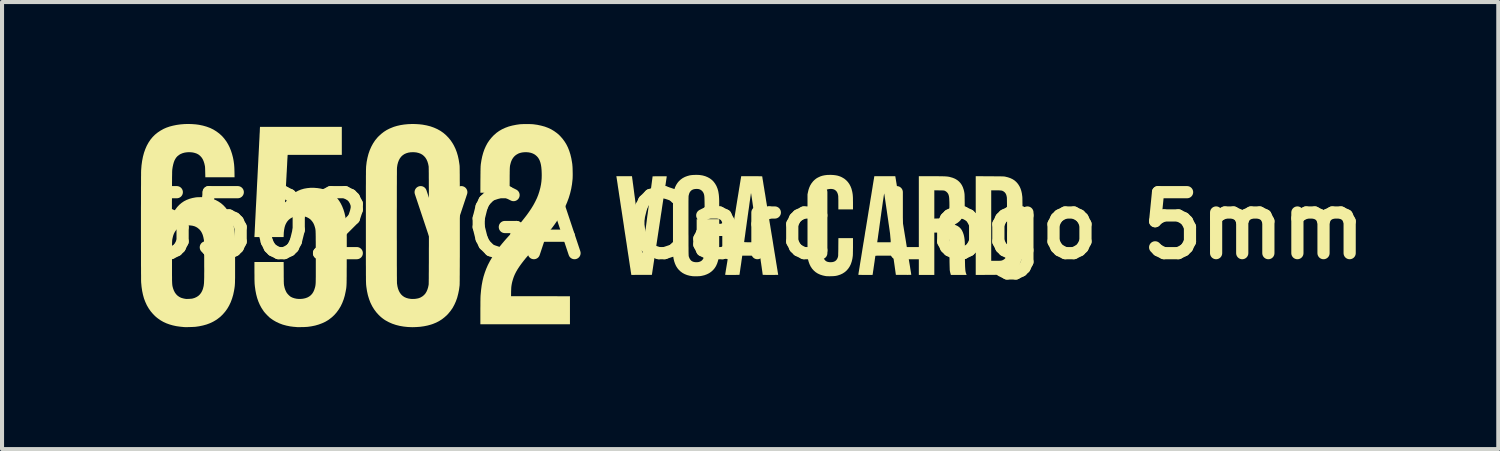
<source format=kicad_pcb>
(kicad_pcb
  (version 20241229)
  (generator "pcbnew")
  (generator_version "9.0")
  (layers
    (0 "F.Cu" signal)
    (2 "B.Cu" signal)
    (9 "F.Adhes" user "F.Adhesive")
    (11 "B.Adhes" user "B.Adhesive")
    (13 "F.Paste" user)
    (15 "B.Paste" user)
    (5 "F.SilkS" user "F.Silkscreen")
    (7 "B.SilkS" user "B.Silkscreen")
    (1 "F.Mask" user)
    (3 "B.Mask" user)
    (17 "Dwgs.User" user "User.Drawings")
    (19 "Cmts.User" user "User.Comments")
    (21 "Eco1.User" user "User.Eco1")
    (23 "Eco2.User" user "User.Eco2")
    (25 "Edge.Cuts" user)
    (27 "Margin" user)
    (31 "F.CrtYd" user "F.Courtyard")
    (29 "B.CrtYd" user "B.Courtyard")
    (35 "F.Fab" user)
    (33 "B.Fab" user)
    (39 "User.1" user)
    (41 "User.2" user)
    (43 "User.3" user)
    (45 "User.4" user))
  (footprint "6502 VGA Card Logo 5mm"
    (layer "F.Cu")
    (at 15.407 2.5)
    (property "Reference" "6502 VGA Card Logo 5mm" (at 0 0 0) (layer "F.SilkS") (effects (font (size 1.5 1.5) (thickness 0.3))))
    (attr board_only exclude_from_pos_files exclude_from_bom)
    (fp_poly (pts (xy -2.905 -1.196) (xy -2.904 -1.19) (xy -2.903 -1.176) (xy -2.9 -1.155) (xy -2.896 -1.126) (xy -2.891 -1.091) (xy -2.886 -1.049) (xy -2.879 -1.001) (xy -2.872 -0.947) (xy -2.864 -0.888) (xy -2.856 -0.824) (xy -2.847 -0.756) (xy -2.837 -0.684) (xy -2.827 -0.608) (xy -2.817 -0.528) (xy -2.806 -0.446) (xy -2.795 -0.361) (xy -2.783 -0.274) (xy -2.782 -0.26) (xy -2.77 -0.173) (xy -2.759 -0.088) (xy -2.748 -0.005) (xy -2.737 0.074) (xy -2.727 0.15) (xy -2.717 0.223) (xy -2.708 0.291) (xy -2.7 0.355) (xy -2.692 0.415) (xy -2.685 0.468) (xy -2.678 0.517) (xy -2.672 0.559) (xy -2.667 0.595) (xy -2.663 0.624) (xy -2.66 0.645) (xy -2.658 0.66) (xy -2.657 0.666) (xy -2.657 0.666) (xy -2.654 0.672) (xy -2.651 0.669) (xy -2.651 0.668) (xy -2.65 0.664) (xy -2.648 0.651) (xy -2.646 0.631) (xy -2.642 0.603) (xy -2.637 0.568) (xy -2.631 0.527) (xy -2.625 0.48) (xy -2.618 0.428) (xy -2.61 0.369) (xy -2.602 0.306) (xy -2.593 0.238) (xy -2.583 0.166) (xy -2.573 0.091) (xy -2.562 0.011) (xy -2.551 -0.071) (xy -2.54 -0.156) (xy -2.529 -0.244) (xy -2.524 -0.275) (xy -2.4 -1.212) (xy -2.226 -1.213) (xy -2.181 -1.213) (xy -2.145 -1.213) (xy -2.115 -1.213) (xy -2.092 -1.213) (xy -2.075 -1.213) (xy -2.063 -1.212) (xy -2.056 -1.211) (xy -2.052 -1.21) (xy -2.052 -1.209) (xy -2.053 -1.204) (xy -2.054 -1.192) (xy -2.058 -1.171) (xy -2.062 -1.144) (xy -2.067 -1.109) (xy -2.073 -1.068) (xy -2.08 -1.02) (xy -2.088 -0.966) (xy -2.097 -0.906) (xy -2.107 -0.841) (xy -2.118 -0.771) (xy -2.129 -0.697) (xy -2.141 -0.618) (xy -2.154 -0.534) (xy -2.167 -0.448) (xy -2.18 -0.357) (xy -2.195 -0.264) (xy -2.209 -0.168) (xy -2.224 -0.069) (xy -2.235 0.004) (xy -2.418 1.212) (xy -2.671 1.213) (xy -2.923 1.214) (xy -2.925 1.205) (xy -2.926 1.2) (xy -2.928 1.187) (xy -2.931 1.166) (xy -2.936 1.138) (xy -2.941 1.103) (xy -2.947 1.061) (xy -2.955 1.013) (xy -2.963 0.959) (xy -2.972 0.899) (xy -2.982 0.834) (xy -2.992 0.764) (xy -3.004 0.689) (xy -3.016 0.61) (xy -3.028 0.527) (xy -3.041 0.44) (xy -3.055 0.35) (xy -3.069 0.257) (xy -3.084 0.161) (xy -3.099 0.063) (xy -3.107 0.004) (xy -3.122 -0.095) (xy -3.137 -0.193) (xy -3.151 -0.287) (xy -3.165 -0.379) (xy -3.179 -0.468) (xy -3.192 -0.554) (xy -3.204 -0.636) (xy -3.216 -0.713) (xy -3.227 -0.786) (xy -3.237 -0.855) (xy -3.247 -0.918) (xy -3.256 -0.976) (xy -3.263 -1.028) (xy -3.27 -1.073) (xy -3.276 -1.113) (xy -3.281 -1.145) (xy -3.285 -1.171) (xy -3.288 -1.188) (xy -3.289 -1.198) (xy -3.29 -1.2) (xy -3.292 -1.214) (xy -3.1 -1.214) (xy -2.908 -1.214)) (stroke (width 0) (type solid)) (fill yes) (layer "F.SilkS"))
    (fp_poly (pts (xy 5.894 -1.213) (xy 5.957 -1.213) (xy 6.013 -1.212) (xy 6.061 -1.212) (xy 6.102 -1.212) (xy 6.137 -1.211) (xy 6.167 -1.211) (xy 6.192 -1.21) (xy 6.212 -1.21) (xy 6.229 -1.209) (xy 6.243 -1.208) (xy 6.254 -1.207) (xy 6.263 -1.206) (xy 6.271 -1.205) (xy 6.274 -1.204) (xy 6.341 -1.188) (xy 6.402 -1.167) (xy 6.457 -1.141) (xy 6.505 -1.11) (xy 6.547 -1.073) (xy 6.584 -1.031) (xy 6.601 -1.007) (xy 6.63 -0.959) (xy 6.653 -0.908) (xy 6.671 -0.853) (xy 6.685 -0.793) (xy 6.694 -0.726) (xy 6.697 -0.702) (xy 6.697 -0.691) (xy 6.698 -0.673) (xy 6.698 -0.646) (xy 6.699 -0.614) (xy 6.699 -0.575) (xy 6.7 -0.53) (xy 6.7 -0.48) (xy 6.7 -0.427) (xy 6.701 -0.369) (xy 6.701 -0.308) (xy 6.701 -0.244) (xy 6.701 -0.178) (xy 6.701 -0.111) (xy 6.701 -0.043) (xy 6.701 0.026) (xy 6.701 0.094) (xy 6.701 0.162) (xy 6.701 0.228) (xy 6.701 0.293) (xy 6.701 0.354) (xy 6.7 0.413) (xy 6.7 0.468) (xy 6.7 0.519) (xy 6.699 0.564) (xy 6.699 0.605) (xy 6.698 0.639) (xy 6.698 0.667) (xy 6.697 0.687) (xy 6.697 0.7) (xy 6.697 0.702) (xy 6.687 0.778) (xy 6.672 0.848) (xy 6.652 0.911) (xy 6.626 0.968) (xy 6.594 1.019) (xy 6.557 1.063) (xy 6.513 1.102) (xy 6.464 1.136) (xy 6.409 1.164) (xy 6.347 1.186) (xy 6.279 1.203) (xy 6.274 1.204) (xy 6.266 1.206) (xy 6.258 1.207) (xy 6.248 1.208) (xy 6.235 1.209) (xy 6.22 1.209) (xy 6.201 1.21) (xy 6.178 1.211) (xy 6.151 1.211) (xy 6.118 1.211) (xy 6.08 1.212) (xy 6.035 1.212) (xy 5.983 1.213) (xy 5.923 1.213) (xy 5.894 1.213) (xy 5.55 1.215) (xy 5.55 0) (xy 5.55 -0.867) (xy 5.931 -0.867) (xy 5.931 0) (xy 5.931 0.867) (xy 6.046 0.867) (xy 6.082 0.867) (xy 6.112 0.867) (xy 6.135 0.866) (xy 6.153 0.865) (xy 6.168 0.864) (xy 6.18 0.862) (xy 6.188 0.86) (xy 6.216 0.85) (xy 6.243 0.834) (xy 6.267 0.815) (xy 6.281 0.798) (xy 6.296 0.771) (xy 6.307 0.736) (xy 6.315 0.696) (xy 6.316 0.692) (xy 6.316 0.683) (xy 6.317 0.667) (xy 6.318 0.643) (xy 6.318 0.612) (xy 6.319 0.575) (xy 6.319 0.533) (xy 6.319 0.485) (xy 6.32 0.433) (xy 6.32 0.377) (xy 6.32 0.318) (xy 6.32 0.256) (xy 6.32 0.192) (xy 6.321 0.126) (xy 6.321 0.059) (xy 6.321 -0.008) (xy 6.321 -0.076) (xy 6.32 -0.143) (xy 6.32 -0.208) (xy 6.32 -0.272) (xy 6.32 -0.333) (xy 6.32 -0.392) (xy 6.319 -0.447) (xy 6.319 -0.498) (xy 6.319 -0.544) (xy 6.318 -0.585) (xy 6.318 -0.62) (xy 6.317 -0.649) (xy 6.317 -0.671) (xy 6.316 -0.686) (xy 6.316 -0.692) (xy 6.308 -0.733) (xy 6.297 -0.767) (xy 6.282 -0.795) (xy 6.263 -0.818) (xy 6.241 -0.836) (xy 6.228 -0.844) (xy 6.215 -0.851) (xy 6.202 -0.857) (xy 6.186 -0.861) (xy 6.168 -0.863) (xy 6.145 -0.865) (xy 6.117 -0.867) (xy 6.083 -0.867) (xy 6.046 -0.867) (xy 5.931 -0.867) (xy 5.55 -0.867) (xy 5.55 -1.215)) (stroke (width 0) (type solid)) (fill yes) (layer "F.SilkS"))
    (fp_poly (pts (xy 1.993 -1.247) (xy 2.049 -1.244) (xy 2.099 -1.238) (xy 2.144 -1.23) (xy 2.185 -1.218) (xy 2.226 -1.203) (xy 2.261 -1.186) (xy 2.314 -1.155) (xy 2.361 -1.117) (xy 2.403 -1.073) (xy 2.439 -1.023) (xy 2.469 -0.967) (xy 2.493 -0.906) (xy 2.51 -0.839) (xy 2.513 -0.827) (xy 2.517 -0.803) (xy 2.521 -0.779) (xy 2.524 -0.755) (xy 2.526 -0.728) (xy 2.528 -0.698) (xy 2.529 -0.664) (xy 2.529 -0.625) (xy 2.53 -0.579) (xy 2.53 -0.547) (xy 2.53 -0.398) (xy 2.35 -0.398) (xy 2.17 -0.398) (xy 2.17 -0.551) (xy 2.17 -0.588) (xy 2.17 -0.623) (xy 2.169 -0.655) (xy 2.168 -0.684) (xy 2.168 -0.708) (xy 2.167 -0.725) (xy 2.166 -0.734) (xy 2.157 -0.776) (xy 2.143 -0.812) (xy 2.125 -0.841) (xy 2.118 -0.849) (xy 2.095 -0.87) (xy 2.069 -0.886) (xy 2.039 -0.896) (xy 2.004 -0.901) (xy 1.977 -0.902) (xy 1.934 -0.898) (xy 1.897 -0.889) (xy 1.865 -0.873) (xy 1.84 -0.851) (xy 1.819 -0.823) (xy 1.809 -0.801) (xy 1.806 -0.794) (xy 1.804 -0.788) (xy 1.802 -0.782) (xy 1.8 -0.776) (xy 1.798 -0.769) (xy 1.796 -0.76) (xy 1.795 -0.751) (xy 1.793 -0.739) (xy 1.792 -0.725) (xy 1.791 -0.709) (xy 1.79 -0.689) (xy 1.79 -0.666) (xy 1.789 -0.639) (xy 1.789 -0.608) (xy 1.788 -0.573) (xy 1.788 -0.532) (xy 1.788 -0.486) (xy 1.788 -0.434) (xy 1.788 -0.376) (xy 1.787 -0.312) (xy 1.787 -0.24) (xy 1.787 -0.161) (xy 1.787 -0.075) (xy 1.787 0.006) (xy 1.787 0.098) (xy 1.787 0.182) (xy 1.787 0.258) (xy 1.787 0.327) (xy 1.788 0.389) (xy 1.788 0.445) (xy 1.788 0.494) (xy 1.788 0.538) (xy 1.788 0.576) (xy 1.788 0.609) (xy 1.789 0.638) (xy 1.789 0.662) (xy 1.789 0.683) (xy 1.79 0.7) (xy 1.79 0.715) (xy 1.791 0.726) (xy 1.791 0.736) (xy 1.792 0.743) (xy 1.793 0.749) (xy 1.794 0.754) (xy 1.795 0.758) (xy 1.795 0.759) (xy 1.808 0.8) (xy 1.826 0.833) (xy 1.848 0.86) (xy 1.875 0.88) (xy 1.907 0.893) (xy 1.945 0.9) (xy 1.977 0.902) (xy 2.02 0.899) (xy 2.058 0.89) (xy 2.09 0.875) (xy 2.116 0.853) (xy 2.138 0.825) (xy 2.154 0.79) (xy 2.162 0.764) (xy 2.163 0.755) (xy 2.165 0.742) (xy 2.166 0.723) (xy 2.166 0.697) (xy 2.167 0.665) (xy 2.168 0.626) (xy 2.169 0.58) (xy 2.169 0.526) (xy 2.171 0.309) (xy 2.35 0.309) (xy 2.53 0.309) (xy 2.53 0.503) (xy 2.53 0.545) (xy 2.529 0.585) (xy 2.529 0.623) (xy 2.528 0.658) (xy 2.528 0.689) (xy 2.527 0.714) (xy 2.526 0.733) (xy 2.526 0.741) (xy 2.515 0.817) (xy 2.498 0.887) (xy 2.476 0.951) (xy 2.447 1.009) (xy 2.413 1.06) (xy 2.373 1.106) (xy 2.328 1.145) (xy 2.276 1.179) (xy 2.219 1.206) (xy 2.156 1.227) (xy 2.117 1.236) (xy 2.092 1.24) (xy 2.061 1.243) (xy 2.026 1.245) (xy 1.988 1.246) (xy 1.95 1.247) (xy 1.914 1.246) (xy 1.882 1.245) (xy 1.855 1.242) (xy 1.853 1.242) (xy 1.785 1.227) (xy 1.722 1.207) (xy 1.664 1.18) (xy 1.612 1.147) (xy 1.566 1.107) (xy 1.525 1.062) (xy 1.49 1.01) (xy 1.462 0.953) (xy 1.445 0.907) (xy 1.437 0.883) (xy 1.43 0.856) (xy 1.423 0.828) (xy 1.421 0.816) (xy 1.411 0.768) (xy 1.411 0) (xy 1.411 -0.768) (xy 1.421 -0.816) (xy 1.436 -0.881) (xy 1.456 -0.939) (xy 1.48 -0.992) (xy 1.509 -1.039) (xy 1.543 -1.082) (xy 1.553 -1.094) (xy 1.588 -1.127) (xy 1.622 -1.155) (xy 1.66 -1.178) (xy 1.682 -1.189) (xy 1.73 -1.211) (xy 1.781 -1.227) (xy 1.835 -1.238) (xy 1.892 -1.245) (xy 1.956 -1.247)) (stroke (width 0) (type solid)) (fill yes) (layer "F.SilkS"))
    (fp_poly (pts (xy 4.53 -1.214) (xy 4.588 -1.214) (xy 4.639 -1.214) (xy 4.684 -1.213) (xy 4.722 -1.213) (xy 4.756 -1.212) (xy 4.785 -1.211) (xy 4.81 -1.21) (xy 4.832 -1.208) (xy 4.852 -1.206) (xy 4.87 -1.204) (xy 4.886 -1.201) (xy 4.902 -1.198) (xy 4.918 -1.194) (xy 4.922 -1.193) (xy 4.985 -1.175) (xy 5.042 -1.151) (xy 5.092 -1.121) (xy 5.137 -1.085) (xy 5.175 -1.044) (xy 5.207 -0.997) (xy 5.233 -0.944) (xy 5.253 -0.885) (xy 5.257 -0.871) (xy 5.261 -0.853) (xy 5.265 -0.836) (xy 5.268 -0.819) (xy 5.271 -0.803) (xy 5.273 -0.786) (xy 5.275 -0.766) (xy 5.276 -0.743) (xy 5.277 -0.716) (xy 5.277 -0.683) (xy 5.278 -0.643) (xy 5.278 -0.606) (xy 5.279 -0.561) (xy 5.279 -0.523) (xy 5.279 -0.492) (xy 5.279 -0.466) (xy 5.279 -0.445) (xy 5.278 -0.427) (xy 5.277 -0.411) (xy 5.275 -0.397) (xy 5.273 -0.384) (xy 5.265 -0.337) (xy 5.256 -0.295) (xy 5.244 -0.258) (xy 5.234 -0.233) (xy 5.209 -0.182) (xy 5.18 -0.138) (xy 5.145 -0.101) (xy 5.104 -0.068) (xy 5.065 -0.044) (xy 5.051 -0.036) (xy 5.04 -0.029) (xy 5.034 -0.025) (xy 5.034 -0.024) (xy 5.037 -0.021) (xy 5.047 -0.015) (xy 5.061 -0.009) (xy 5.067 -0.007) (xy 5.111 0.015) (xy 5.149 0.043) (xy 5.182 0.077) (xy 5.21 0.117) (xy 5.233 0.165) (xy 5.252 0.219) (xy 5.261 0.254) (xy 5.265 0.274) (xy 5.269 0.294) (xy 5.272 0.315) (xy 5.275 0.336) (xy 5.277 0.359) (xy 5.279 0.384) (xy 5.281 0.413) (xy 5.282 0.446) (xy 5.283 0.483) (xy 5.283 0.526) (xy 5.284 0.576) (xy 5.284 0.633) (xy 5.284 0.682) (xy 5.284 0.754) (xy 5.284 0.817) (xy 5.285 0.874) (xy 5.286 0.923) (xy 5.287 0.967) (xy 5.288 1.005) (xy 5.29 1.038) (xy 5.292 1.067) (xy 5.294 1.093) (xy 5.297 1.115) (xy 5.3 1.134) (xy 5.304 1.151) (xy 5.309 1.168) (xy 5.314 1.183) (xy 5.316 1.187) (xy 5.326 1.214) (xy 5.132 1.214) (xy 4.938 1.214) (xy 4.934 1.198) (xy 4.923 1.158) (xy 4.915 1.122) (xy 4.911 1.096) (xy 4.91 1.085) (xy 4.91 1.067) (xy 4.909 1.041) (xy 4.908 1.009) (xy 4.907 0.971) (xy 4.906 0.927) (xy 4.905 0.879) (xy 4.905 0.826) (xy 4.904 0.769) (xy 4.903 0.713) (xy 4.903 0.65) (xy 4.902 0.596) (xy 4.902 0.549) (xy 4.901 0.508) (xy 4.901 0.474) (xy 4.9 0.445) (xy 4.9 0.42) (xy 4.899 0.401) (xy 4.898 0.384) (xy 4.898 0.371) (xy 4.897 0.361) (xy 4.896 0.352) (xy 4.894 0.345) (xy 4.893 0.338) (xy 4.891 0.332) (xy 4.891 0.331) (xy 4.878 0.291) (xy 4.862 0.257) (xy 4.841 0.231) (xy 4.816 0.21) (xy 4.796 0.198) (xy 4.776 0.19) (xy 4.756 0.184) (xy 4.733 0.179) (xy 4.707 0.176) (xy 4.676 0.174) (xy 4.638 0.174) (xy 4.617 0.173) (xy 4.531 0.173) (xy 4.531 0.694) (xy 4.531 1.214) (xy 4.341 1.214) (xy 4.15 1.214) (xy 4.15 0) (xy 4.15 -0.868) (xy 4.531 -0.868) (xy 4.531 -0.52) (xy 4.531 -0.172) (xy 4.633 -0.175) (xy 4.668 -0.175) (xy 4.696 -0.176) (xy 4.717 -0.177) (xy 4.734 -0.179) (xy 4.747 -0.181) (xy 4.757 -0.183) (xy 4.759 -0.184) (xy 4.788 -0.194) (xy 4.811 -0.207) (xy 4.832 -0.223) (xy 4.834 -0.226) (xy 4.85 -0.242) (xy 4.864 -0.26) (xy 4.875 -0.281) (xy 4.884 -0.305) (xy 4.891 -0.334) (xy 4.896 -0.367) (xy 4.9 -0.405) (xy 4.902 -0.449) (xy 4.903 -0.501) (xy 4.902 -0.559) (xy 4.902 -0.573) (xy 4.9 -0.615) (xy 4.899 -0.649) (xy 4.897 -0.678) (xy 4.894 -0.702) (xy 4.891 -0.722) (xy 4.886 -0.741) (xy 4.881 -0.758) (xy 4.877 -0.768) (xy 4.864 -0.793) (xy 4.845 -0.816) (xy 4.822 -0.837) (xy 4.797 -0.852) (xy 4.791 -0.855) (xy 4.783 -0.858) (xy 4.776 -0.86) (xy 4.767 -0.862) (xy 4.757 -0.863) (xy 4.743 -0.864) (xy 4.725 -0.865) (xy 4.702 -0.866) (xy 4.672 -0.866) (xy 4.648 -0.866) (xy 4.531 -0.868) (xy 4.15 -0.868) (xy 4.15 -1.214) (xy 4.464 -1.214)) (stroke (width 0) (type solid)) (fill yes) (layer "F.SilkS"))
    (fp_poly (pts (xy 3.573 -1.205) (xy 3.573 -1.199) (xy 3.576 -1.186) (xy 3.579 -1.165) (xy 3.584 -1.137) (xy 3.589 -1.103) (xy 3.596 -1.062) (xy 3.604 -1.015) (xy 3.612 -0.962) (xy 3.622 -0.905) (xy 3.632 -0.843) (xy 3.643 -0.777) (xy 3.654 -0.706) (xy 3.666 -0.633) (xy 3.679 -0.556) (xy 3.691 -0.476) (xy 3.705 -0.395) (xy 3.718 -0.311) (xy 3.732 -0.226) (xy 3.746 -0.14) (xy 3.76 -0.053) (xy 3.774 0.034) (xy 3.788 0.121) (xy 3.802 0.207) (xy 3.816 0.292) (xy 3.83 0.376) (xy 3.843 0.459) (xy 3.856 0.539) (xy 3.869 0.616) (xy 3.881 0.691) (xy 3.892 0.762) (xy 3.903 0.829) (xy 3.913 0.892) (xy 3.923 0.951) (xy 3.932 1.005) (xy 3.939 1.053) (xy 3.946 1.095) (xy 3.952 1.132) (xy 3.957 1.161) (xy 3.96 1.184) (xy 3.963 1.199) (xy 3.964 1.207) (xy 3.964 1.207) (xy 3.963 1.209) (xy 3.961 1.21) (xy 3.957 1.211) (xy 3.949 1.212) (xy 3.937 1.213) (xy 3.921 1.213) (xy 3.9 1.213) (xy 3.873 1.214) (xy 3.839 1.213) (xy 3.798 1.213) (xy 3.775 1.213) (xy 3.585 1.212) (xy 3.552 0.976) (xy 3.518 0.74) (xy 3.299 0.74) (xy 3.249 0.74) (xy 3.207 0.74) (xy 3.173 0.741) (xy 3.145 0.741) (xy 3.123 0.741) (xy 3.106 0.742) (xy 3.094 0.743) (xy 3.086 0.743) (xy 3.082 0.745) (xy 3.08 0.746) (xy 3.08 0.746) (xy 3.079 0.751) (xy 3.078 0.764) (xy 3.075 0.783) (xy 3.071 0.807) (xy 3.067 0.836) (xy 3.063 0.869) (xy 3.058 0.904) (xy 3.052 0.941) (xy 3.047 0.979) (xy 3.041 1.017) (xy 3.036 1.054) (xy 3.031 1.089) (xy 3.026 1.12) (xy 3.022 1.148) (xy 3.019 1.171) (xy 3.016 1.189) (xy 3.014 1.199) (xy 3.014 1.2) (xy 3.012 1.214) (xy 2.836 1.214) (xy 2.791 1.214) (xy 2.752 1.214) (xy 2.719 1.213) (xy 2.693 1.213) (xy 2.674 1.212) (xy 2.664 1.211) (xy 2.661 1.21) (xy 2.662 1.206) (xy 2.664 1.193) (xy 2.667 1.173) (xy 2.671 1.146) (xy 2.677 1.113) (xy 2.683 1.073) (xy 2.691 1.027) (xy 2.699 0.975) (xy 2.708 0.918) (xy 2.718 0.857) (xy 2.729 0.791) (xy 2.74 0.722) (xy 2.752 0.648) (xy 2.764 0.572) (xy 2.777 0.493) (xy 2.79 0.412) (xy 2.791 0.41) (xy 3.125 0.41) (xy 3.297 0.41) (xy 3.469 0.41) (xy 3.469 0.399) (xy 3.468 0.392) (xy 3.466 0.377) (xy 3.464 0.355) (xy 3.46 0.327) (xy 3.455 0.293) (xy 3.45 0.254) (xy 3.444 0.21) (xy 3.437 0.162) (xy 3.43 0.11) (xy 3.422 0.055) (xy 3.414 -0.002) (xy 3.405 -0.061) (xy 3.397 -0.121) (xy 3.388 -0.182) (xy 3.379 -0.243) (xy 3.37 -0.304) (xy 3.362 -0.363) (xy 3.353 -0.421) (xy 3.345 -0.477) (xy 3.337 -0.53) (xy 3.33 -0.58) (xy 3.323 -0.626) (xy 3.317 -0.667) (xy 3.311 -0.704) (xy 3.307 -0.734) (xy 3.303 -0.759) (xy 3.3 -0.777) (xy 3.298 -0.787) (xy 3.298 -0.79) (xy 3.296 -0.786) (xy 3.294 -0.774) (xy 3.291 -0.754) (xy 3.286 -0.726) (xy 3.281 -0.69) (xy 3.275 -0.647) (xy 3.267 -0.597) (xy 3.259 -0.54) (xy 3.25 -0.476) (xy 3.24 -0.406) (xy 3.229 -0.329) (xy 3.218 -0.246) (xy 3.211 -0.2) (xy 3.202 -0.13) (xy 3.192 -0.062) (xy 3.183 0.003) (xy 3.175 0.064) (xy 3.167 0.122) (xy 3.159 0.176) (xy 3.152 0.226) (xy 3.146 0.27) (xy 3.141 0.309) (xy 3.136 0.341) (xy 3.132 0.367) (xy 3.13 0.386) (xy 3.128 0.397) (xy 3.128 0.401) (xy 3.125 0.41) (xy 2.791 0.41) (xy 2.804 0.329) (xy 2.818 0.244) (xy 2.831 0.158) (xy 2.846 0.072) (xy 2.86 -0.015) (xy 2.874 -0.101) (xy 2.888 -0.187) (xy 2.902 -0.273) (xy 2.915 -0.356) (xy 2.929 -0.438) (xy 2.942 -0.518) (xy 2.954 -0.596) (xy 2.966 -0.67) (xy 2.978 -0.741) (xy 2.989 -0.809) (xy 2.999 -0.872) (xy 3.009 -0.931) (xy 3.017 -0.985) (xy 3.025 -1.033) (xy 3.032 -1.076) (xy 3.038 -1.112) (xy 3.043 -1.142) (xy 3.047 -1.165) (xy 3.049 -1.18) (xy 3.051 -1.188) (xy 3.055 -1.214) (xy 3.313 -1.214) (xy 3.57 -1.214)) (stroke (width 0) (type solid)) (fill yes) (layer "F.SilkS"))
    (fp_poly (pts (xy -1.268 -1.246) (xy -1.24 -1.244) (xy -1.17 -1.233) (xy -1.105 -1.215) (xy -1.045 -1.19) (xy -0.991 -1.16) (xy -0.942 -1.123) (xy -0.899 -1.08) (xy -0.862 -1.03) (xy -0.83 -0.975) (xy -0.805 -0.914) (xy -0.791 -0.868) (xy -0.783 -0.834) (xy -0.777 -0.797) (xy -0.771 -0.757) (xy -0.767 -0.713) (xy -0.764 -0.664) (xy -0.762 -0.609) (xy -0.762 -0.547) (xy -0.762 -0.526) (xy -0.761 -0.432) (xy -0.941 -0.432) (xy -1.12 -0.432) (xy -1.122 -0.576) (xy -1.123 -0.621) (xy -1.124 -0.657) (xy -1.125 -0.688) (xy -1.127 -0.713) (xy -1.129 -0.733) (xy -1.132 -0.751) (xy -1.135 -0.766) (xy -1.14 -0.78) (xy -1.145 -0.794) (xy -1.15 -0.806) (xy -1.169 -0.836) (xy -1.194 -0.862) (xy -1.224 -0.882) (xy -1.258 -0.896) (xy -1.264 -0.897) (xy -1.277 -0.899) (xy -1.296 -0.901) (xy -1.317 -0.902) (xy -1.324 -0.902) (xy -1.367 -0.898) (xy -1.404 -0.889) (xy -1.436 -0.873) (xy -1.463 -0.85) (xy -1.485 -0.821) (xy -1.501 -0.785) (xy -1.512 -0.742) (xy -1.515 -0.73) (xy -1.515 -0.723) (xy -1.516 -0.71) (xy -1.516 -0.692) (xy -1.517 -0.668) (xy -1.517 -0.638) (xy -1.518 -0.602) (xy -1.518 -0.559) (xy -1.518 -0.509) (xy -1.518 -0.452) (xy -1.518 -0.389) (xy -1.518 -0.317) (xy -1.518 -0.238) (xy -1.518 -0.151) (xy -1.518 -0.057) (xy -1.518 0.019) (xy -1.518 0.111) (xy -1.518 0.194) (xy -1.517 0.27) (xy -1.517 0.339) (xy -1.517 0.401) (xy -1.517 0.456) (xy -1.517 0.505) (xy -1.516 0.548) (xy -1.516 0.586) (xy -1.516 0.619) (xy -1.516 0.648) (xy -1.515 0.672) (xy -1.515 0.692) (xy -1.514 0.709) (xy -1.514 0.723) (xy -1.513 0.734) (xy -1.513 0.743) (xy -1.512 0.75) (xy -1.511 0.755) (xy -1.51 0.759) (xy -1.509 0.763) (xy -1.509 0.763) (xy -1.494 0.803) (xy -1.474 0.836) (xy -1.451 0.863) (xy -1.422 0.882) (xy -1.389 0.894) (xy -1.356 0.9) (xy -1.308 0.902) (xy -1.266 0.897) (xy -1.23 0.885) (xy -1.199 0.868) (xy -1.174 0.844) (xy -1.154 0.813) (xy -1.153 0.811) (xy -1.147 0.799) (xy -1.142 0.788) (xy -1.138 0.778) (xy -1.135 0.767) (xy -1.132 0.754) (xy -1.129 0.74) (xy -1.128 0.723) (xy -1.126 0.703) (xy -1.125 0.679) (xy -1.124 0.65) (xy -1.124 0.615) (xy -1.124 0.575) (xy -1.123 0.527) (xy -1.123 0.472) (xy -1.123 0.455) (xy -1.123 0.192) (xy -1.219 0.191) (xy -1.316 0.19) (xy -1.316 0.017) (xy -1.316 -0.157) (xy -1.039 -0.157) (xy -0.761 -0.157) (xy -0.762 0.232) (xy -0.762 0.31) (xy -0.762 0.381) (xy -0.762 0.445) (xy -0.762 0.501) (xy -0.763 0.552) (xy -0.764 0.597) (xy -0.764 0.636) (xy -0.766 0.671) (xy -0.767 0.702) (xy -0.769 0.729) (xy -0.771 0.753) (xy -0.773 0.775) (xy -0.776 0.794) (xy -0.779 0.813) (xy -0.782 0.831) (xy -0.786 0.848) (xy -0.791 0.865) (xy -0.791 0.868) (xy -0.812 0.933) (xy -0.839 0.993) (xy -0.872 1.046) (xy -0.911 1.093) (xy -0.956 1.134) (xy -1.007 1.17) (xy -1.063 1.198) (xy -1.124 1.221) (xy -1.191 1.237) (xy -1.235 1.244) (xy -1.251 1.245) (xy -1.273 1.246) (xy -1.299 1.247) (xy -1.327 1.247) (xy -1.355 1.247) (xy -1.381 1.247) (xy -1.403 1.246) (xy -1.418 1.245) (xy -1.419 1.245) (xy -1.489 1.234) (xy -1.553 1.217) (xy -1.611 1.194) (xy -1.663 1.166) (xy -1.711 1.131) (xy -1.753 1.092) (xy -1.791 1.046) (xy -1.823 0.995) (xy -1.849 0.938) (xy -1.87 0.876) (xy -1.886 0.807) (xy -1.895 0.739) (xy -1.896 0.729) (xy -1.896 0.71) (xy -1.897 0.683) (xy -1.897 0.648) (xy -1.898 0.605) (xy -1.898 0.555) (xy -1.899 0.496) (xy -1.899 0.43) (xy -1.899 0.357) (xy -1.899 0.276) (xy -1.899 0.188) (xy -1.899 0.093) (xy -1.899 0) (xy -1.899 -0.101) (xy -1.899 -0.196) (xy -1.899 -0.283) (xy -1.899 -0.364) (xy -1.899 -0.436) (xy -1.899 -0.502) (xy -1.898 -0.56) (xy -1.898 -0.61) (xy -1.897 -0.652) (xy -1.897 -0.686) (xy -1.896 -0.712) (xy -1.896 -0.73) (xy -1.895 -0.739) (xy -1.884 -0.814) (xy -1.868 -0.882) (xy -1.847 -0.944) (xy -1.82 -1) (xy -1.787 -1.051) (xy -1.753 -1.092) (xy -1.709 -1.133) (xy -1.66 -1.168) (xy -1.605 -1.197) (xy -1.546 -1.219) (xy -1.483 -1.236) (xy -1.455 -1.24) (xy -1.421 -1.244) (xy -1.383 -1.246) (xy -1.343 -1.247) (xy -1.304 -1.247)) (stroke (width 0) (type solid)) (fill yes) (layer "F.SilkS"))
    (fp_poly (pts (xy -5.46 -2.497) (xy -5.422 -2.497) (xy -5.388 -2.496) (xy -5.359 -2.494) (xy -5.339 -2.493) (xy -5.238 -2.479) (xy -5.144 -2.459) (xy -5.055 -2.435) (xy -4.972 -2.404) (xy -4.895 -2.368) (xy -4.824 -2.325) (xy -4.757 -2.277) (xy -4.695 -2.223) (xy -4.675 -2.203) (xy -4.619 -2.14) (xy -4.569 -2.073) (xy -4.524 -2.001) (xy -4.485 -1.924) (xy -4.452 -1.841) (xy -4.424 -1.753) (xy -4.401 -1.658) (xy -4.383 -1.557) (xy -4.376 -1.51) (xy -4.374 -1.483) (xy -4.371 -1.45) (xy -4.369 -1.411) (xy -4.368 -1.368) (xy -4.367 -1.324) (xy -4.366 -1.28) (xy -4.366 -1.237) (xy -4.367 -1.198) (xy -4.368 -1.164) (xy -4.37 -1.136) (xy -4.383 -1.019) (xy -4.403 -0.904) (xy -4.43 -0.791) (xy -4.464 -0.679) (xy -4.506 -0.567) (xy -4.554 -0.456) (xy -4.611 -0.345) (xy -4.675 -0.233) (xy -4.747 -0.121) (xy -4.817 -0.02) (xy -4.859 0.037) (xy -4.902 0.093) (xy -4.946 0.149) (xy -4.991 0.205) (xy -5.039 0.263) (xy -5.091 0.322) (xy -5.146 0.385) (xy -5.206 0.452) (xy -5.271 0.523) (xy -5.288 0.542) (xy -5.33 0.587) (xy -5.367 0.627) (xy -5.399 0.662) (xy -5.427 0.694) (xy -5.453 0.722) (xy -5.476 0.749) (xy -5.497 0.774) (xy -5.518 0.798) (xy -5.538 0.823) (xy -5.559 0.849) (xy -5.577 0.871) (xy -5.631 0.942) (xy -5.679 1.009) (xy -5.721 1.073) (xy -5.757 1.135) (xy -5.788 1.196) (xy -5.814 1.257) (xy -5.835 1.318) (xy -5.853 1.38) (xy -5.857 1.397) (xy -5.866 1.439) (xy -5.873 1.482) (xy -5.878 1.526) (xy -5.88 1.574) (xy -5.882 1.628) (xy -5.882 1.641) (xy -5.883 1.737) (xy -5.158 1.738) (xy -4.434 1.739) (xy -4.434 2.084) (xy -4.434 2.428) (xy -5.536 2.428) (xy -6.638 2.428) (xy -6.638 2.106) (xy -6.638 2.037) (xy -6.637 1.977) (xy -6.637 1.924) (xy -6.637 1.877) (xy -6.636 1.836) (xy -6.636 1.801) (xy -6.635 1.77) (xy -6.634 1.743) (xy -6.633 1.72) (xy -6.631 1.7) (xy -6.631 1.699) (xy -6.62 1.58) (xy -6.605 1.467) (xy -6.585 1.36) (xy -6.56 1.257) (xy -6.529 1.158) (xy -6.493 1.061) (xy -6.451 0.966) (xy -6.402 0.872) (xy -6.346 0.777) (xy -6.284 0.682) (xy -6.214 0.584) (xy -6.2 0.567) (xy -6.174 0.532) (xy -6.148 0.499) (xy -6.122 0.467) (xy -6.095 0.434) (xy -6.067 0.401) (xy -6.036 0.365) (xy -6.003 0.327) (xy -5.966 0.286) (xy -5.924 0.24) (xy -5.878 0.19) (xy -5.826 0.133) (xy -5.779 0.082) (xy -5.737 0.034) (xy -5.698 -0.01) (xy -5.662 -0.052) (xy -5.628 -0.092) (xy -5.596 -0.132) (xy -5.565 -0.171) (xy -5.533 -0.212) (xy -5.511 -0.24) (xy -5.445 -0.331) (xy -5.386 -0.418) (xy -5.334 -0.503) (xy -5.289 -0.587) (xy -5.249 -0.669) (xy -5.216 -0.75) (xy -5.189 -0.832) (xy -5.181 -0.861) (xy -5.161 -0.937) (xy -5.146 -1.011) (xy -5.136 -1.084) (xy -5.13 -1.159) (xy -5.128 -1.237) (xy -5.129 -1.292) (xy -5.132 -1.366) (xy -5.138 -1.433) (xy -5.147 -1.493) (xy -5.16 -1.547) (xy -5.176 -1.594) (xy -5.196 -1.636) (xy -5.219 -1.672) (xy -5.247 -1.704) (xy -5.279 -1.732) (xy -5.3 -1.748) (xy -5.345 -1.772) (xy -5.395 -1.79) (xy -5.45 -1.801) (xy -5.509 -1.806) (xy -5.548 -1.805) (xy -5.594 -1.801) (xy -5.634 -1.794) (xy -5.671 -1.784) (xy -5.707 -1.77) (xy -5.719 -1.763) (xy -5.763 -1.737) (xy -5.801 -1.704) (xy -5.834 -1.665) (xy -5.862 -1.619) (xy -5.884 -1.567) (xy -5.895 -1.528) (xy -5.899 -1.514) (xy -5.902 -1.501) (xy -5.905 -1.488) (xy -5.908 -1.475) (xy -5.91 -1.461) (xy -5.911 -1.445) (xy -5.913 -1.427) (xy -5.914 -1.406) (xy -5.915 -1.381) (xy -5.915 -1.352) (xy -5.916 -1.318) (xy -5.916 -1.278) (xy -5.917 -1.232) (xy -5.917 -1.179) (xy -5.917 -1.118) (xy -5.919 -0.808) (xy -6.279 -0.808) (xy -6.638 -0.808) (xy -6.637 -1.126) (xy -6.636 -1.188) (xy -6.636 -1.242) (xy -6.635 -1.289) (xy -6.635 -1.33) (xy -6.634 -1.365) (xy -6.634 -1.394) (xy -6.633 -1.42) (xy -6.632 -1.441) (xy -6.632 -1.459) (xy -6.63 -1.475) (xy -6.629 -1.489) (xy -6.628 -1.501) (xy -6.628 -1.504) (xy -6.612 -1.607) (xy -6.592 -1.704) (xy -6.567 -1.794) (xy -6.537 -1.879) (xy -6.502 -1.957) (xy -6.462 -2.031) (xy -6.416 -2.099) (xy -6.364 -2.163) (xy -6.307 -2.224) (xy -6.305 -2.225) (xy -6.243 -2.28) (xy -6.176 -2.328) (xy -6.103 -2.37) (xy -6.025 -2.406) (xy -5.941 -2.437) (xy -5.851 -2.461) (xy -5.755 -2.48) (xy -5.665 -2.493) (xy -5.642 -2.494) (xy -5.612 -2.496) (xy -5.577 -2.497) (xy -5.539 -2.497) (xy -5.499 -2.498)) (stroke (width 0) (type solid)) (fill yes) (layer "F.SilkS"))
    (fp_poly (pts (xy 0.084 -1.214) (xy 0.127 -1.214) (xy 0.167 -1.214) (xy 0.203 -1.214) (xy 0.234 -1.213) (xy 0.26 -1.213) (xy 0.279 -1.212) (xy 0.291 -1.212) (xy 0.296 -1.211) (xy 0.296 -1.211) (xy 0.297 -1.207) (xy 0.299 -1.195) (xy 0.302 -1.175) (xy 0.306 -1.147) (xy 0.312 -1.113) (xy 0.319 -1.071) (xy 0.326 -1.024) (xy 0.335 -0.97) (xy 0.345 -0.911) (xy 0.355 -0.846) (xy 0.367 -0.777) (xy 0.379 -0.702) (xy 0.391 -0.623) (xy 0.405 -0.54) (xy 0.419 -0.454) (xy 0.434 -0.364) (xy 0.449 -0.271) (xy 0.464 -0.175) (xy 0.48 -0.076) (xy 0.493 0.000136) (xy 0.509 0.1) (xy 0.525 0.198) (xy 0.541 0.293) (xy 0.556 0.386) (xy 0.57 0.475) (xy 0.584 0.561) (xy 0.597 0.643) (xy 0.61 0.72) (xy 0.622 0.794) (xy 0.633 0.862) (xy 0.643 0.926) (xy 0.653 0.984) (xy 0.661 1.036) (xy 0.669 1.082) (xy 0.675 1.122) (xy 0.68 1.154) (xy 0.685 1.18) (xy 0.688 1.198) (xy 0.689 1.209) (xy 0.69 1.211) (xy 0.685 1.212) (xy 0.674 1.213) (xy 0.655 1.213) (xy 0.631 1.213) (xy 0.601 1.214) (xy 0.568 1.214) (xy 0.531 1.214) (xy 0.499 1.214) (xy 0.46 1.214) (xy 0.423 1.214) (xy 0.391 1.214) (xy 0.362 1.213) (xy 0.339 1.213) (xy 0.322 1.212) (xy 0.311 1.212) (xy 0.309 1.211) (xy 0.308 1.206) (xy 0.307 1.194) (xy 0.304 1.175) (xy 0.301 1.15) (xy 0.297 1.121) (xy 0.292 1.088) (xy 0.287 1.053) (xy 0.282 1.016) (xy 0.276 0.977) (xy 0.271 0.939) (xy 0.265 0.902) (xy 0.26 0.867) (xy 0.256 0.835) (xy 0.252 0.806) (xy 0.248 0.783) (xy 0.245 0.765) (xy 0.244 0.753) (xy 0.243 0.75) (xy 0.241 0.74) (xy 0.023 0.74) (xy -0.019 0.74) (xy -0.058 0.74) (xy -0.094 0.741) (xy -0.126 0.741) (xy -0.152 0.741) (xy -0.173 0.741) (xy -0.187 0.741) (xy -0.194 0.741) (xy -0.195 0.742) (xy -0.195 0.746) (xy -0.197 0.758) (xy -0.2 0.776) (xy -0.203 0.801) (xy -0.208 0.832) (xy -0.213 0.866) (xy -0.218 0.905) (xy -0.224 0.947) (xy -0.228 0.974) (xy -0.235 1.018) (xy -0.241 1.058) (xy -0.246 1.096) (xy -0.251 1.13) (xy -0.255 1.158) (xy -0.258 1.181) (xy -0.261 1.198) (xy -0.262 1.208) (xy -0.262 1.21) (xy -0.266 1.211) (xy -0.279 1.212) (xy -0.299 1.213) (xy -0.326 1.213) (xy -0.361 1.214) (xy -0.402 1.214) (xy -0.44 1.214) (xy -0.483 1.214) (xy -0.519 1.214) (xy -0.547 1.214) (xy -0.57 1.214) (xy -0.587 1.213) (xy -0.599 1.213) (xy -0.607 1.212) (xy -0.612 1.211) (xy -0.615 1.209) (xy -0.615 1.208) (xy -0.615 1.207) (xy -0.614 1.202) (xy -0.612 1.189) (xy -0.609 1.169) (xy -0.604 1.141) (xy -0.599 1.106) (xy -0.592 1.065) (xy -0.584 1.017) (xy -0.575 0.963) (xy -0.565 0.903) (xy -0.555 0.838) (xy -0.543 0.768) (xy -0.531 0.694) (xy -0.518 0.615) (xy -0.505 0.532) (xy -0.491 0.445) (xy -0.485 0.406) (xy -0.148 0.406) (xy -0.144 0.407) (xy -0.131 0.408) (xy -0.11 0.409) (xy -0.082 0.41) (xy -0.045 0.41) (xy 0.000332 0.41) (xy 0.023 0.41) (xy 0.068 0.41) (xy 0.104 0.41) (xy 0.134 0.41) (xy 0.156 0.409) (xy 0.173 0.409) (xy 0.185 0.408) (xy 0.192 0.407) (xy 0.194 0.406) (xy 0.195 0.405) (xy 0.194 0.4) (xy 0.192 0.386) (xy 0.189 0.366) (xy 0.186 0.339) (xy 0.181 0.306) (xy 0.176 0.268) (xy 0.17 0.224) (xy 0.163 0.177) (xy 0.156 0.126) (xy 0.148 0.071) (xy 0.14 0.014) (xy 0.132 -0.044) (xy 0.123 -0.105) (xy 0.114 -0.166) (xy 0.106 -0.227) (xy 0.097 -0.288) (xy 0.088 -0.348) (xy 0.08 -0.407) (xy 0.072 -0.463) (xy 0.064 -0.517) (xy 0.057 -0.568) (xy 0.05 -0.615) (xy 0.044 -0.658) (xy 0.038 -0.695) (xy 0.033 -0.727) (xy 0.029 -0.754) (xy 0.026 -0.773) (xy 0.025 -0.785) (xy 0.024 -0.79) (xy 0.024 -0.79) (xy 0.019 -0.791) (xy 0.019 -0.79) (xy 0.018 -0.786) (xy 0.016 -0.774) (xy 0.014 -0.755) (xy 0.01 -0.729) (xy 0.005 -0.697) (xy -0.000029 -0.659) (xy -0.006 -0.617) (xy -0.013 -0.57) (xy -0.02 -0.519) (xy -0.027 -0.465) (xy -0.035 -0.409) (xy -0.044 -0.35) (xy -0.052 -0.29) (xy -0.061 -0.229) (xy -0.069 -0.168) (xy -0.078 -0.107) (xy -0.086 -0.046) (xy -0.094 0.013) (xy -0.102 0.07) (xy -0.11 0.124) (xy -0.117 0.176) (xy -0.123 0.223) (xy -0.129 0.267) (xy -0.135 0.305) (xy -0.139 0.338) (xy -0.143 0.366) (xy -0.146 0.386) (xy -0.147 0.4) (xy -0.148 0.406) (xy -0.148 0.406) (xy -0.485 0.406) (xy -0.476 0.355) (xy -0.461 0.262) (xy -0.445 0.166) (xy -0.43 0.068) (xy -0.419 0.002) (xy -0.403 -0.097) (xy -0.387 -0.195) (xy -0.371 -0.29) (xy -0.356 -0.382) (xy -0.342 -0.471) (xy -0.328 -0.557) (xy -0.315 -0.638) (xy -0.302 -0.716) (xy -0.29 -0.789) (xy -0.279 -0.858) (xy -0.269 -0.921) (xy -0.259 -0.979) (xy -0.251 -1.031) (xy -0.243 -1.077) (xy -0.237 -1.116) (xy -0.231 -1.149) (xy -0.227 -1.174) (xy -0.224 -1.192) (xy -0.222 -1.202) (xy -0.222 -1.205) (xy -0.22 -1.214) (xy 0.038 -1.214)) (stroke (width 0) (type solid)) (fill yes) (layer "F.SilkS"))
    (fp_poly (pts (xy -8.234 -2.498) (xy -8.139 -2.492) (xy -8.061 -2.483) (xy -7.962 -2.465) (xy -7.868 -2.441) (xy -7.78 -2.41) (xy -7.697 -2.373) (xy -7.62 -2.33) (xy -7.548 -2.28) (xy -7.482 -2.223) (xy -7.421 -2.16) (xy -7.365 -2.091) (xy -7.315 -2.015) (xy -7.288 -1.967) (xy -7.25 -1.888) (xy -7.218 -1.804) (xy -7.191 -1.713) (xy -7.17 -1.616) (xy -7.154 -1.513) (xy -7.149 -1.472) (xy -7.148 -1.463) (xy -7.148 -1.445) (xy -7.147 -1.42) (xy -7.147 -1.387) (xy -7.146 -1.348) (xy -7.146 -1.302) (xy -7.145 -1.25) (xy -7.145 -1.192) (xy -7.145 -1.128) (xy -7.144 -1.06) (xy -7.144 -0.987) (xy -7.144 -0.91) (xy -7.144 -0.829) (xy -7.143 -0.745) (xy -7.143 -0.657) (xy -7.143 -0.567) (xy -7.143 -0.475) (xy -7.143 -0.381) (xy -7.143 -0.285) (xy -7.143 -0.188) (xy -7.143 -0.09) (xy -7.143 0.008) (xy -7.143 0.106) (xy -7.143 0.203) (xy -7.143 0.3) (xy -7.143 0.396) (xy -7.143 0.49) (xy -7.143 0.582) (xy -7.143 0.671) (xy -7.143 0.758) (xy -7.144 0.842) (xy -7.144 0.923) (xy -7.144 0.999) (xy -7.145 1.071) (xy -7.145 1.139) (xy -7.145 1.201) (xy -7.146 1.258) (xy -7.146 1.309) (xy -7.146 1.354) (xy -7.147 1.393) (xy -7.147 1.424) (xy -7.148 1.448) (xy -7.148 1.465) (xy -7.149 1.472) (xy -7.163 1.58) (xy -7.184 1.681) (xy -7.209 1.777) (xy -7.241 1.866) (xy -7.279 1.95) (xy -7.322 2.028) (xy -7.372 2.1) (xy -7.427 2.167) (xy -7.454 2.196) (xy -7.516 2.253) (xy -7.581 2.304) (xy -7.65 2.348) (xy -7.725 2.387) (xy -7.805 2.42) (xy -7.853 2.436) (xy -7.936 2.459) (xy -8.025 2.477) (xy -8.118 2.49) (xy -8.214 2.497) (xy -8.313 2.5) (xy -8.412 2.496) (xy -8.42 2.496) (xy -8.524 2.485) (xy -8.624 2.468) (xy -8.718 2.444) (xy -8.807 2.414) (xy -8.891 2.377) (xy -8.97 2.334) (xy -9.003 2.313) (xy -9.039 2.287) (xy -9.072 2.261) (xy -9.104 2.233) (xy -9.138 2.2) (xy -9.14 2.198) (xy -9.2 2.132) (xy -9.253 2.06) (xy -9.301 1.982) (xy -9.342 1.899) (xy -9.376 1.81) (xy -9.405 1.715) (xy -9.427 1.614) (xy -9.443 1.508) (xy -9.449 1.455) (xy -9.449 1.447) (xy -9.45 1.438) (xy -9.45 1.428) (xy -9.451 1.415) (xy -9.451 1.401) (xy -9.452 1.384) (xy -9.452 1.364) (xy -9.453 1.342) (xy -9.453 1.316) (xy -9.453 1.286) (xy -9.453 1.253) (xy -9.454 1.216) (xy -9.454 1.175) (xy -9.454 1.129) (xy -9.454 1.078) (xy -9.454 1.022) (xy -9.455 0.96) (xy -9.455 0.893) (xy -9.455 0.819) (xy -9.455 0.74) (xy -9.455 0.654) (xy -9.455 0.561) (xy -9.455 0.461) (xy -9.455 0.353) (xy -9.455 0.238) (xy -9.455 0.115) (xy -9.455 0.016) (xy -8.694 0.016) (xy -8.694 0.112) (xy -8.694 0.207) (xy -8.694 0.302) (xy -8.693 0.395) (xy -8.693 0.487) (xy -8.693 0.577) (xy -8.693 0.664) (xy -8.693 0.749) (xy -8.693 0.83) (xy -8.693 0.908) (xy -8.693 0.982) (xy -8.692 1.052) (xy -8.692 1.117) (xy -8.692 1.177) (xy -8.692 1.231) (xy -8.691 1.28) (xy -8.691 1.322) (xy -8.691 1.357) (xy -8.69 1.386) (xy -8.69 1.407) (xy -8.69 1.42) (xy -8.689 1.425) (xy -8.679 1.492) (xy -8.664 1.553) (xy -8.643 1.607) (xy -8.617 1.655) (xy -8.586 1.696) (xy -8.549 1.731) (xy -8.507 1.759) (xy -8.46 1.78) (xy -8.407 1.795) (xy -8.349 1.804) (xy -8.302 1.806) (xy -8.278 1.805) (xy -8.251 1.804) (xy -8.226 1.801) (xy -8.22 1.8) (xy -8.185 1.794) (xy -8.156 1.787) (xy -8.129 1.777) (xy -8.104 1.766) (xy -8.061 1.74) (xy -8.024 1.709) (xy -7.991 1.672) (xy -7.964 1.628) (xy -7.942 1.578) (xy -7.924 1.522) (xy -7.911 1.458) (xy -7.91 1.455) (xy -7.91 1.447) (xy -7.909 1.432) (xy -7.909 1.408) (xy -7.908 1.377) (xy -7.908 1.339) (xy -7.907 1.295) (xy -7.907 1.245) (xy -7.907 1.188) (xy -7.906 1.127) (xy -7.906 1.06) (xy -7.906 0.989) (xy -7.905 0.913) (xy -7.905 0.834) (xy -7.905 0.751) (xy -7.905 0.665) (xy -7.905 0.576) (xy -7.904 0.485) (xy -7.904 0.392) (xy -7.904 0.297) (xy -7.904 0.202) (xy -7.904 0.105) (xy -7.904 0.008) (xy -7.904 -0.089) (xy -7.904 -0.186) (xy -7.904 -0.281) (xy -7.904 -0.376) (xy -7.904 -0.47) (xy -7.905 -0.561) (xy -7.905 -0.65) (xy -7.905 -0.737) (xy -7.905 -0.82) (xy -7.905 -0.9) (xy -7.906 -0.976) (xy -7.906 -1.048) (xy -7.906 -1.116) (xy -7.907 -1.178) (xy -7.907 -1.236) (xy -7.907 -1.287) (xy -7.908 -1.332) (xy -7.908 -1.371) (xy -7.909 -1.403) (xy -7.909 -1.428) (xy -7.91 -1.445) (xy -7.91 -1.454) (xy -7.91 -1.455) (xy -7.923 -1.52) (xy -7.941 -1.578) (xy -7.964 -1.629) (xy -7.992 -1.673) (xy -8.025 -1.71) (xy -8.063 -1.742) (xy -8.106 -1.767) (xy -8.156 -1.786) (xy -8.21 -1.799) (xy -8.235 -1.802) (xy -8.273 -1.805) (xy -8.315 -1.805) (xy -8.357 -1.803) (xy -8.395 -1.797) (xy -8.404 -1.796) (xy -8.457 -1.781) (xy -8.505 -1.76) (xy -8.547 -1.732) (xy -8.584 -1.698) (xy -8.616 -1.657) (xy -8.642 -1.61) (xy -8.663 -1.556) (xy -8.679 -1.496) (xy -8.689 -1.429) (xy -8.689 -1.425) (xy -8.69 -1.417) (xy -8.69 -1.401) (xy -8.691 -1.377) (xy -8.691 -1.346) (xy -8.691 -1.309) (xy -8.691 -1.264) (xy -8.692 -1.214) (xy -8.692 -1.158) (xy -8.692 -1.096) (xy -8.692 -1.03) (xy -8.693 -0.958) (xy -8.693 -0.883) (xy -8.693 -0.804) (xy -8.693 -0.721) (xy -8.693 -0.636) (xy -8.693 -0.548) (xy -8.693 -0.457) (xy -8.694 -0.365) (xy -8.694 -0.271) (xy -8.694 -0.176) (xy -8.694 -0.08) (xy -8.694 0.016) (xy -9.455 0.016) (xy -9.455 0) (xy -9.455 -0.13) (xy -9.455 -0.252) (xy -9.455 -0.367) (xy -9.455 -0.473) (xy -9.455 -0.572) (xy -9.455 -0.664) (xy -9.455 -0.75) (xy -9.455 -0.829) (xy -9.455 -0.901) (xy -9.455 -0.968) (xy -9.454 -1.029) (xy -9.454 -1.084) (xy -9.454 -1.135) (xy -9.454 -1.18) (xy -9.454 -1.221) (xy -9.453 -1.258) (xy -9.453 -1.29) (xy -9.453 -1.319) (xy -9.453 -1.344) (xy -9.452 -1.367) (xy -9.452 -1.386) (xy -9.451 -1.402) (xy -9.451 -1.417) (xy -9.45 -1.429) (xy -9.45 -1.439) (xy -9.449 -1.448) (xy -9.449 -1.455) (xy -9.436 -1.564) (xy -9.416 -1.667) (xy -9.391 -1.764) (xy -9.359 -1.856) (xy -9.321 -1.942) (xy -9.277 -2.023) (xy -9.227 -2.098) (xy -9.17 -2.167) (xy -9.14 -2.198) (xy -9.078 -2.255) (xy -9.013 -2.306) (xy -8.944 -2.35) (xy -8.869 -2.388) (xy -8.788 -2.421) (xy -8.765 -2.43) (xy -8.687 -2.453) (xy -8.603 -2.472) (xy -8.514 -2.486) (xy -8.422 -2.495) (xy -8.328 -2.499)) (stroke (width 0) (type solid)) (fill yes) (layer "F.SilkS"))
    (fp_poly (pts (xy -10.047 -2.084) (xy -10.047 -1.739) (xy -10.713 -1.739) (xy -11.379 -1.739) (xy -11.382 -1.704) (xy -11.383 -1.695) (xy -11.383 -1.679) (xy -11.385 -1.655) (xy -11.387 -1.624) (xy -11.389 -1.587) (xy -11.391 -1.545) (xy -11.393 -1.497) (xy -11.396 -1.445) (xy -11.399 -1.389) (xy -11.402 -1.329) (xy -11.406 -1.267) (xy -11.409 -1.202) (xy -11.412 -1.155) (xy -11.415 -1.089) (xy -11.419 -1.025) (xy -11.422 -0.964) (xy -11.425 -0.905) (xy -11.428 -0.85) (xy -11.431 -0.8) (xy -11.433 -0.754) (xy -11.436 -0.713) (xy -11.437 -0.678) (xy -11.439 -0.649) (xy -11.44 -0.628) (xy -11.441 -0.613) (xy -11.442 -0.608) (xy -11.443 -0.592) (xy -11.443 -0.582) (xy -11.441 -0.577) (xy -11.438 -0.575) (xy -11.435 -0.575) (xy -11.427 -0.579) (xy -11.421 -0.588) (xy -11.411 -0.603) (xy -11.397 -0.623) (xy -11.38 -0.645) (xy -11.361 -0.669) (xy -11.341 -0.693) (xy -11.322 -0.714) (xy -11.308 -0.728) (xy -11.252 -0.777) (xy -11.19 -0.82) (xy -11.124 -0.856) (xy -11.054 -0.885) (xy -10.979 -0.907) (xy -10.901 -0.921) (xy -10.819 -0.929) (xy -10.734 -0.929) (xy -10.731 -0.929) (xy -10.644 -0.922) (xy -10.562 -0.909) (xy -10.486 -0.889) (xy -10.414 -0.863) (xy -10.348 -0.831) (xy -10.287 -0.791) (xy -10.23 -0.745) (xy -10.178 -0.692) (xy -10.153 -0.664) (xy -10.109 -0.604) (xy -10.07 -0.539) (xy -10.036 -0.469) (xy -10.006 -0.393) (xy -9.981 -0.311) (xy -9.961 -0.224) (xy -9.945 -0.129) (xy -9.933 -0.028) (xy -9.931 -0.008) (xy -9.93 0.003) (xy -9.929 0.015) (xy -9.929 0.028) (xy -9.928 0.043) (xy -9.928 0.061) (xy -9.927 0.081) (xy -9.927 0.104) (xy -9.926 0.13) (xy -9.926 0.161) (xy -9.926 0.196) (xy -9.926 0.235) (xy -9.925 0.279) (xy -9.925 0.33) (xy -9.925 0.386) (xy -9.925 0.448) (xy -9.925 0.517) (xy -9.926 0.594) (xy -9.926 0.678) (xy -9.926 0.759) (xy -9.926 0.851) (xy -9.926 0.935) (xy -9.926 1.011) (xy -9.927 1.079) (xy -9.927 1.142) (xy -9.927 1.197) (xy -9.927 1.248) (xy -9.928 1.292) (xy -9.928 1.332) (xy -9.929 1.367) (xy -9.929 1.398) (xy -9.93 1.426) (xy -9.931 1.45) (xy -9.932 1.471) (xy -9.933 1.491) (xy -9.935 1.508) (xy -9.936 1.524) (xy -9.938 1.539) (xy -9.94 1.553) (xy -9.942 1.567) (xy -9.945 1.582) (xy -9.948 1.597) (xy -9.951 1.613) (xy -9.953 1.625) (xy -9.974 1.723) (xy -10.002 1.817) (xy -10.036 1.905) (xy -10.076 1.988) (xy -10.123 2.065) (xy -10.175 2.136) (xy -10.232 2.201) (xy -10.296 2.26) (xy -10.365 2.313) (xy -10.382 2.325) (xy -10.453 2.367) (xy -10.531 2.403) (xy -10.614 2.434) (xy -10.703 2.46) (xy -10.797 2.479) (xy -10.891 2.492) (xy -10.908 2.493) (xy -10.931 2.494) (xy -10.958 2.496) (xy -10.989 2.497) (xy -11.021 2.497) (xy -11.053 2.498) (xy -11.083 2.499) (xy -11.11 2.499) (xy -11.132 2.499) (xy -11.148 2.498) (xy -11.152 2.498) (xy -11.163 2.497) (xy -11.181 2.495) (xy -11.202 2.493) (xy -11.224 2.492) (xy -11.319 2.48) (xy -11.412 2.461) (xy -11.5 2.437) (xy -11.585 2.405) (xy -11.664 2.368) (xy -11.738 2.325) (xy -11.806 2.277) (xy -11.814 2.271) (xy -11.839 2.249) (xy -11.868 2.221) (xy -11.897 2.191) (xy -11.926 2.16) (xy -11.952 2.13) (xy -11.973 2.103) (xy -11.975 2.099) (xy -12.023 2.027) (xy -12.064 1.951) (xy -12.099 1.871) (xy -12.129 1.785) (xy -12.153 1.695) (xy -12.172 1.598) (xy -12.186 1.496) (xy -12.19 1.456) (xy -12.192 1.436) (xy -12.193 1.412) (xy -12.194 1.384) (xy -12.195 1.352) (xy -12.196 1.314) (xy -12.196 1.27) (xy -12.196 1.219) (xy -12.197 1.16) (xy -12.197 1.141) (xy -12.197 0.897) (xy -11.837 0.897) (xy -11.478 0.897) (xy -11.476 1.167) (xy -11.476 1.221) (xy -11.476 1.268) (xy -11.475 1.308) (xy -11.475 1.342) (xy -11.475 1.37) (xy -11.474 1.394) (xy -11.473 1.413) (xy -11.473 1.429) (xy -11.472 1.442) (xy -11.47 1.453) (xy -11.469 1.463) (xy -11.468 1.473) (xy -11.466 1.483) (xy -11.465 1.484) (xy -11.455 1.53) (xy -11.441 1.574) (xy -11.424 1.613) (xy -11.409 1.643) (xy -11.394 1.665) (xy -11.375 1.688) (xy -11.352 1.712) (xy -11.329 1.733) (xy -11.307 1.75) (xy -11.299 1.755) (xy -11.259 1.774) (xy -11.213 1.789) (xy -11.163 1.8) (xy -11.11 1.805) (xy -11.057 1.805) (xy -11.004 1.8) (xy -11.004 1.8) (xy -10.947 1.788) (xy -10.896 1.77) (xy -10.851 1.746) (xy -10.811 1.715) (xy -10.777 1.678) (xy -10.749 1.635) (xy -10.726 1.585) (xy -10.708 1.528) (xy -10.703 1.51) (xy -10.701 1.5) (xy -10.699 1.489) (xy -10.697 1.479) (xy -10.695 1.467) (xy -10.694 1.455) (xy -10.692 1.441) (xy -10.691 1.425) (xy -10.69 1.407) (xy -10.689 1.386) (xy -10.689 1.361) (xy -10.688 1.333) (xy -10.688 1.301) (xy -10.687 1.264) (xy -10.687 1.222) (xy -10.687 1.175) (xy -10.687 1.122) (xy -10.687 1.062) (xy -10.687 0.996) (xy -10.687 0.923) (xy -10.687 0.842) (xy -10.687 0.755) (xy -10.688 0.669) (xy -10.688 0.592) (xy -10.688 0.522) (xy -10.688 0.459) (xy -10.688 0.402) (xy -10.689 0.352) (xy -10.689 0.308) (xy -10.689 0.269) (xy -10.69 0.235) (xy -10.69 0.206) (xy -10.691 0.181) (xy -10.692 0.159) (xy -10.692 0.14) (xy -10.693 0.124) (xy -10.695 0.111) (xy -10.696 0.099) (xy -10.697 0.089) (xy -10.699 0.079) (xy -10.701 0.07) (xy -10.703 0.062) (xy -10.706 0.052) (xy -10.708 0.042) (xy -10.709 0.039) (xy -10.727 -0.016) (xy -10.75 -0.065) (xy -10.78 -0.108) (xy -10.814 -0.146) (xy -10.854 -0.177) (xy -10.898 -0.201) (xy -10.907 -0.205) (xy -10.938 -0.216) (xy -10.967 -0.225) (xy -10.996 -0.23) (xy -11.03 -0.233) (xy -11.068 -0.234) (xy -11.084 -0.235) (xy -11.127 -0.233) (xy -11.165 -0.23) (xy -11.197 -0.224) (xy -11.228 -0.216) (xy -11.258 -0.204) (xy -11.273 -0.197) (xy -11.317 -0.171) (xy -11.354 -0.141) (xy -11.387 -0.104) (xy -11.414 -0.062) (xy -11.437 -0.014) (xy -11.454 0.04) (xy -11.466 0.101) (xy -11.474 0.169) (xy -11.476 0.21) (xy -11.479 0.283) (xy -11.838 0.283) (xy -12.197 0.283) (xy -12.197 0.269) (xy -12.196 0.263) (xy -12.196 0.25) (xy -12.195 0.229) (xy -12.193 0.2) (xy -12.191 0.164) (xy -12.189 0.121) (xy -12.187 0.072) (xy -12.184 0.017) (xy -12.181 -0.045) (xy -12.178 -0.112) (xy -12.174 -0.184) (xy -12.17 -0.261) (xy -12.166 -0.342) (xy -12.162 -0.428) (xy -12.157 -0.517) (xy -12.152 -0.61) (xy -12.147 -0.707) (xy -12.142 -0.806) (xy -12.137 -0.908) (xy -12.132 -1.013) (xy -12.129 -1.07) (xy -12.123 -1.175) (xy -12.118 -1.279) (xy -12.113 -1.38) (xy -12.108 -1.478) (xy -12.103 -1.573) (xy -12.099 -1.665) (xy -12.094 -1.753) (xy -12.09 -1.836) (xy -12.086 -1.916) (xy -12.082 -1.991) (xy -12.079 -2.061) (xy -12.075 -2.125) (xy -12.072 -2.184) (xy -12.07 -2.237) (xy -12.067 -2.283) (xy -12.065 -2.323) (xy -12.064 -2.356) (xy -12.063 -2.381) (xy -12.062 -2.399) (xy -12.061 -2.409) (xy -12.061 -2.411) (xy -12.061 -2.428) (xy -11.054 -2.428) (xy -10.047 -2.428)) (stroke (width 0) (type solid)) (fill yes) (layer "F.SilkS"))
    (fp_poly (pts (xy -13.734 -2.497) (xy -13.639 -2.49) (xy -13.559 -2.479) (xy -13.463 -2.459) (xy -13.372 -2.433) (xy -13.286 -2.401) (xy -13.206 -2.362) (xy -13.132 -2.316) (xy -13.062 -2.264) (xy -12.998 -2.206) (xy -12.94 -2.141) (xy -12.887 -2.069) (xy -12.881 -2.06) (xy -12.842 -1.994) (xy -12.806 -1.922) (xy -12.775 -1.844) (xy -12.748 -1.762) (xy -12.726 -1.678) (xy -12.715 -1.625) (xy -12.708 -1.584) (xy -12.703 -1.547) (xy -12.698 -1.512) (xy -12.695 -1.476) (xy -12.692 -1.437) (xy -12.69 -1.395) (xy -12.689 -1.347) (xy -12.688 -1.321) (xy -12.686 -1.189) (xy -13.046 -1.189) (xy -13.405 -1.189) (xy -13.408 -1.313) (xy -13.409 -1.356) (xy -13.41 -1.392) (xy -13.411 -1.422) (xy -13.413 -1.445) (xy -13.415 -1.464) (xy -13.417 -1.473) (xy -13.431 -1.534) (xy -13.449 -1.588) (xy -13.471 -1.636) (xy -13.498 -1.677) (xy -13.53 -1.712) (xy -13.567 -1.743) (xy -13.576 -1.749) (xy -13.615 -1.77) (xy -13.66 -1.786) (xy -13.709 -1.798) (xy -13.761 -1.804) (xy -13.814 -1.806) (xy -13.868 -1.802) (xy -13.919 -1.794) (xy -13.968 -1.78) (xy -14.013 -1.761) (xy -14.016 -1.76) (xy -14.053 -1.737) (xy -14.087 -1.711) (xy -14.116 -1.68) (xy -14.141 -1.644) (xy -14.163 -1.603) (xy -14.181 -1.556) (xy -14.196 -1.502) (xy -14.209 -1.441) (xy -14.219 -1.373) (xy -14.219 -1.369) (xy -14.22 -1.358) (xy -14.221 -1.338) (xy -14.222 -1.311) (xy -14.222 -1.275) (xy -14.223 -1.231) (xy -14.224 -1.18) (xy -14.224 -1.12) (xy -14.225 -1.053) (xy -14.225 -0.979) (xy -14.226 -0.897) (xy -14.226 -0.807) (xy -14.226 -0.805) (xy -14.226 -0.727) (xy -14.226 -0.658) (xy -14.227 -0.596) (xy -14.227 -0.541) (xy -14.227 -0.493) (xy -14.227 -0.451) (xy -14.227 -0.415) (xy -14.227 -0.385) (xy -14.227 -0.359) (xy -14.226 -0.338) (xy -14.226 -0.321) (xy -14.226 -0.308) (xy -14.225 -0.297) (xy -14.224 -0.29) (xy -14.224 -0.285) (xy -14.223 -0.282) (xy -14.222 -0.28) (xy -14.221 -0.279) (xy -14.22 -0.279) (xy -14.22 -0.279) (xy -14.215 -0.281) (xy -14.208 -0.289) (xy -14.199 -0.302) (xy -14.188 -0.322) (xy -14.185 -0.326) (xy -14.143 -0.395) (xy -14.097 -0.456) (xy -14.046 -0.51) (xy -13.991 -0.557) (xy -13.931 -0.598) (xy -13.866 -0.631) (xy -13.796 -0.658) (xy -13.72 -0.679) (xy -13.638 -0.694) (xy -13.635 -0.694) (xy -13.608 -0.697) (xy -13.574 -0.698) (xy -13.537 -0.699) (xy -13.498 -0.699) (xy -13.459 -0.698) (xy -13.423 -0.696) (xy -13.391 -0.694) (xy -13.379 -0.692) (xy -13.297 -0.677) (xy -13.22 -0.655) (xy -13.148 -0.627) (xy -13.081 -0.591) (xy -13.019 -0.549) (xy -12.962 -0.5) (xy -12.91 -0.445) (xy -12.862 -0.382) (xy -12.82 -0.312) (xy -12.783 -0.236) (xy -12.767 -0.197) (xy -12.744 -0.131) (xy -12.724 -0.059) (xy -12.706 0.021) (xy -12.692 0.106) (xy -12.681 0.197) (xy -12.678 0.231) (xy -12.677 0.243) (xy -12.676 0.258) (xy -12.676 0.278) (xy -12.675 0.302) (xy -12.675 0.331) (xy -12.674 0.365) (xy -12.674 0.405) (xy -12.673 0.45) (xy -12.673 0.502) (xy -12.673 0.56) (xy -12.673 0.626) (xy -12.673 0.699) (xy -12.673 0.779) (xy -12.673 0.848) (xy -12.673 0.932) (xy -12.673 1.007) (xy -12.673 1.075) (xy -12.673 1.136) (xy -12.673 1.191) (xy -12.673 1.24) (xy -12.673 1.283) (xy -12.674 1.322) (xy -12.675 1.356) (xy -12.675 1.386) (xy -12.676 1.413) (xy -12.677 1.437) (xy -12.679 1.458) (xy -12.68 1.478) (xy -12.682 1.496) (xy -12.684 1.514) (xy -12.687 1.531) (xy -12.689 1.548) (xy -12.692 1.566) (xy -12.696 1.586) (xy -12.698 1.601) (xy -12.719 1.701) (xy -12.747 1.796) (xy -12.78 1.885) (xy -12.82 1.969) (xy -12.866 2.047) (xy -12.918 2.119) (xy -12.976 2.186) (xy -13.039 2.247) (xy -13.109 2.301) (xy -13.136 2.32) (xy -13.209 2.363) (xy -13.288 2.401) (xy -13.373 2.433) (xy -13.463 2.458) (xy -13.559 2.478) (xy -13.643 2.49) (xy -13.664 2.492) (xy -13.692 2.493) (xy -13.723 2.495) (xy -13.758 2.496) (xy -13.794 2.497) (xy -13.829 2.498) (xy -13.861 2.499) (xy -13.89 2.499) (xy -13.913 2.498) (xy -13.923 2.498) (xy -14.023 2.488) (xy -14.116 2.475) (xy -14.204 2.456) (xy -14.285 2.433) (xy -14.362 2.405) (xy -14.435 2.372) (xy -14.503 2.333) (xy -14.568 2.288) (xy -14.595 2.267) (xy -14.622 2.245) (xy -14.651 2.218) (xy -14.681 2.187) (xy -14.71 2.156) (xy -14.736 2.125) (xy -14.754 2.103) (xy -14.803 2.032) (xy -14.846 1.957) (xy -14.882 1.878) (xy -14.914 1.794) (xy -14.939 1.704) (xy -14.959 1.609) (xy -14.974 1.508) (xy -14.984 1.4) (xy -14.984 1.398) (xy -14.985 1.388) (xy -14.985 1.369) (xy -14.986 1.343) (xy -14.986 1.309) (xy -14.986 1.269) (xy -14.986 1.222) (xy -14.987 1.169) (xy -14.987 1.11) (xy -14.987 1.046) (xy -14.988 0.978) (xy -14.988 0.905) (xy -14.988 0.901) (xy -14.225 0.901) (xy -14.225 0.981) (xy -14.225 1.052) (xy -14.225 1.117) (xy -14.225 1.174) (xy -14.225 1.224) (xy -14.224 1.269) (xy -14.224 1.308) (xy -14.224 1.343) (xy -14.223 1.372) (xy -14.222 1.398) (xy -14.221 1.42) (xy -14.22 1.439) (xy -14.218 1.456) (xy -14.217 1.47) (xy -14.214 1.483) (xy -14.212 1.495) (xy -14.21 1.506) (xy -14.207 1.517) (xy -14.203 1.529) (xy -14.2 1.542) (xy -14.18 1.597) (xy -14.155 1.646) (xy -14.124 1.689) (xy -14.088 1.725) (xy -14.047 1.754) (xy -14.001 1.777) (xy -13.95 1.792) (xy -13.923 1.798) (xy -13.906 1.801) (xy -13.893 1.803) (xy -13.885 1.804) (xy -13.885 1.804) (xy -13.875 1.805) (xy -13.859 1.806) (xy -13.838 1.805) (xy -13.815 1.804) (xy -13.791 1.803) (xy -13.767 1.801) (xy -13.747 1.8) (xy -13.731 1.797) (xy -13.726 1.797) (xy -13.671 1.781) (xy -13.623 1.759) (xy -13.58 1.732) (xy -13.543 1.698) (xy -13.511 1.657) (xy -13.485 1.611) (xy -13.464 1.558) (xy -13.449 1.498) (xy -13.446 1.485) (xy -13.444 1.47) (xy -13.442 1.454) (xy -13.44 1.437) (xy -13.438 1.418) (xy -13.437 1.396) (xy -13.436 1.371) (xy -13.435 1.342) (xy -13.434 1.31) (xy -13.433 1.272) (xy -13.433 1.23) (xy -13.433 1.182) (xy -13.432 1.128) (xy -13.432 1.068) (xy -13.433 1) (xy -13.433 0.925) (xy -13.433 0.85) (xy -13.433 0.776) (xy -13.434 0.71) (xy -13.434 0.651) (xy -13.434 0.6) (xy -13.435 0.554) (xy -13.435 0.515) (xy -13.435 0.481) (xy -13.436 0.452) (xy -13.436 0.428) (xy -13.437 0.408) (xy -13.438 0.391) (xy -13.438 0.377) (xy -13.439 0.365) (xy -13.44 0.356) (xy -13.441 0.348) (xy -13.442 0.345) (xy -13.454 0.284) (xy -13.469 0.23) (xy -13.489 0.183) (xy -13.512 0.142) (xy -13.54 0.106) (xy -13.559 0.087) (xy -13.595 0.057) (xy -13.633 0.034) (xy -13.674 0.016) (xy -13.72 0.004) (xy -13.771 -0.003) (xy -13.829 -0.006) (xy -13.83 -0.006) (xy -13.886 -0.004) (xy -13.936 0.003) (xy -13.981 0.015) (xy -14.022 0.032) (xy -14.055 0.051) (xy -14.094 0.08) (xy -14.127 0.115) (xy -14.155 0.155) (xy -14.179 0.201) (xy -14.198 0.254) (xy -14.212 0.313) (xy -14.218 0.344) (xy -14.219 0.351) (xy -14.22 0.36) (xy -14.221 0.369) (xy -14.221 0.379) (xy -14.222 0.392) (xy -14.223 0.407) (xy -14.223 0.425) (xy -14.224 0.446) (xy -14.224 0.472) (xy -14.224 0.502) (xy -14.225 0.536) (xy -14.225 0.576) (xy -14.225 0.622) (xy -14.225 0.674) (xy -14.225 0.733) (xy -14.225 0.8) (xy -14.225 0.874) (xy -14.225 0.901) (xy -14.988 0.901) (xy -14.988 0.828) (xy -14.988 0.747) (xy -14.988 0.663) (xy -14.988 0.576) (xy -14.988 0.487) (xy -14.989 0.395) (xy -14.989 0.303) (xy -14.989 0.208) (xy -14.989 0.114) (xy -14.989 0.018) (xy -14.989 -0.077) (xy -14.989 -0.172) (xy -14.989 -0.266) (xy -14.989 -0.359) (xy -14.989 -0.451) (xy -14.988 -0.54) (xy -14.988 -0.627) (xy -14.988 -0.711) (xy -14.988 -0.792) (xy -14.988 -0.869) (xy -14.988 -0.943) (xy -14.987 -1.012) (xy -14.987 -1.076) (xy -14.987 -1.135) (xy -14.987 -1.188) (xy -14.986 -1.235) (xy -14.986 -1.276) (xy -14.986 -1.31) (xy -14.985 -1.337) (xy -14.985 -1.356) (xy -14.984 -1.366) (xy -14.975 -1.482) (xy -14.96 -1.591) (xy -14.94 -1.694) (xy -14.914 -1.791) (xy -14.882 -1.881) (xy -14.846 -1.964) (xy -14.803 -2.042) (xy -14.755 -2.114) (xy -14.701 -2.179) (xy -14.642 -2.238) (xy -14.576 -2.291) (xy -14.505 -2.338) (xy -14.429 -2.38) (xy -14.363 -2.409) (xy -14.285 -2.436) (xy -14.201 -2.458) (xy -14.113 -2.476) (xy -14.021 -2.489) (xy -13.926 -2.497) (xy -13.83 -2.5)) (stroke (width 0) (type solid)) (fill yes) (layer "F.SilkS")))
  (gr_rect
    (start -3 -3)
    (end 33.814 7.999)
    (stroke (width 0.1) (type default))
    (fill no)
    (layer "Edge.Cuts")))
</source>
